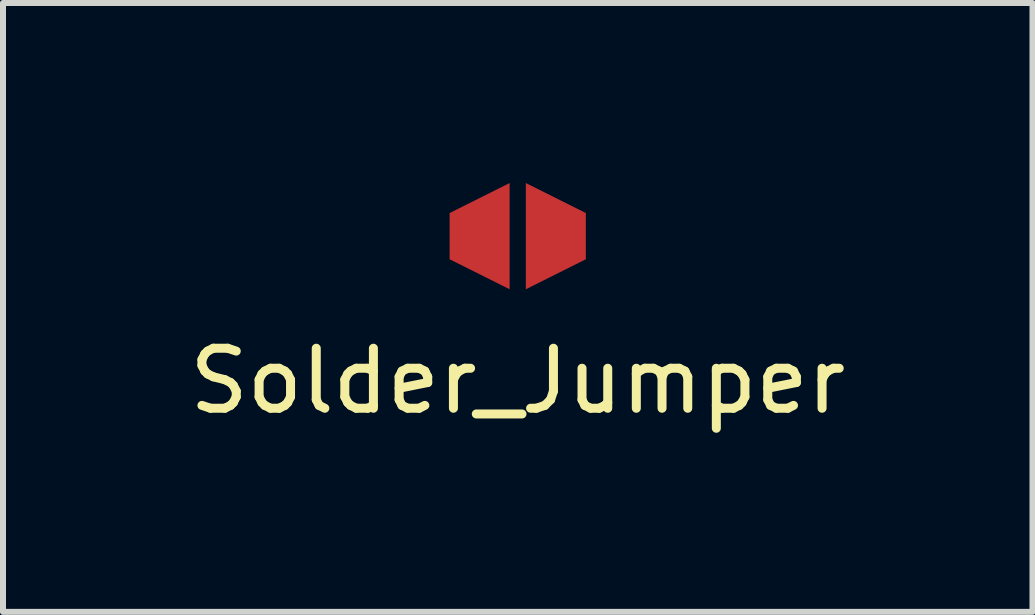
<source format=kicad_pcb>
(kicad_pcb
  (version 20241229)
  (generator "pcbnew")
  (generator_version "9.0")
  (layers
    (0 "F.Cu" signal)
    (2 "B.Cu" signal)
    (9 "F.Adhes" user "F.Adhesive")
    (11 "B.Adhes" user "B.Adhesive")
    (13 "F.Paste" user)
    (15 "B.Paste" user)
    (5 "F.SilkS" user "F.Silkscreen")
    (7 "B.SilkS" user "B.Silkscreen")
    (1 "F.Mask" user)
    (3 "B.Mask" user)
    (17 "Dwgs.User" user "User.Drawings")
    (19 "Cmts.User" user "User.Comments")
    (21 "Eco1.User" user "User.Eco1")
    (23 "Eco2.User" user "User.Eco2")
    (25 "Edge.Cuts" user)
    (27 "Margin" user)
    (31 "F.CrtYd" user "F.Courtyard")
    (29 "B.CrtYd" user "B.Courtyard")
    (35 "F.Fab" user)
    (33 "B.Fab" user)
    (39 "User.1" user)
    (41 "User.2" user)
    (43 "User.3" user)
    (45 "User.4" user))
  (footprint "Solder_Jumper"
    (layer "F.Cu")
    (at 5.577 0.885)
    (property "Reference" "Solder_Jumper" (at 0 2.413 0) (layer "F.SilkS") (effects (font (size 1 1) (thickness 0.15))))
    (attr through_hole)
    (pad "1" smd trapezoid (at -0.635 0 90) (size 1.27 1) (rect_delta 0 0.5) (layers "F.Cu" "F.Mask" "F.Paste"))
    (pad "2" smd trapezoid (at 0.635 0 270) (size 1.27 1) (rect_delta 0 0.5) (layers "F.Cu" "F.Mask" "F.Paste")))
  (gr_rect
    (start -3 -3)
    (end 14.155 7.146)
    (stroke (width 0.1) (type default))
    (fill no)
    (layer "Edge.Cuts")))
</source>
